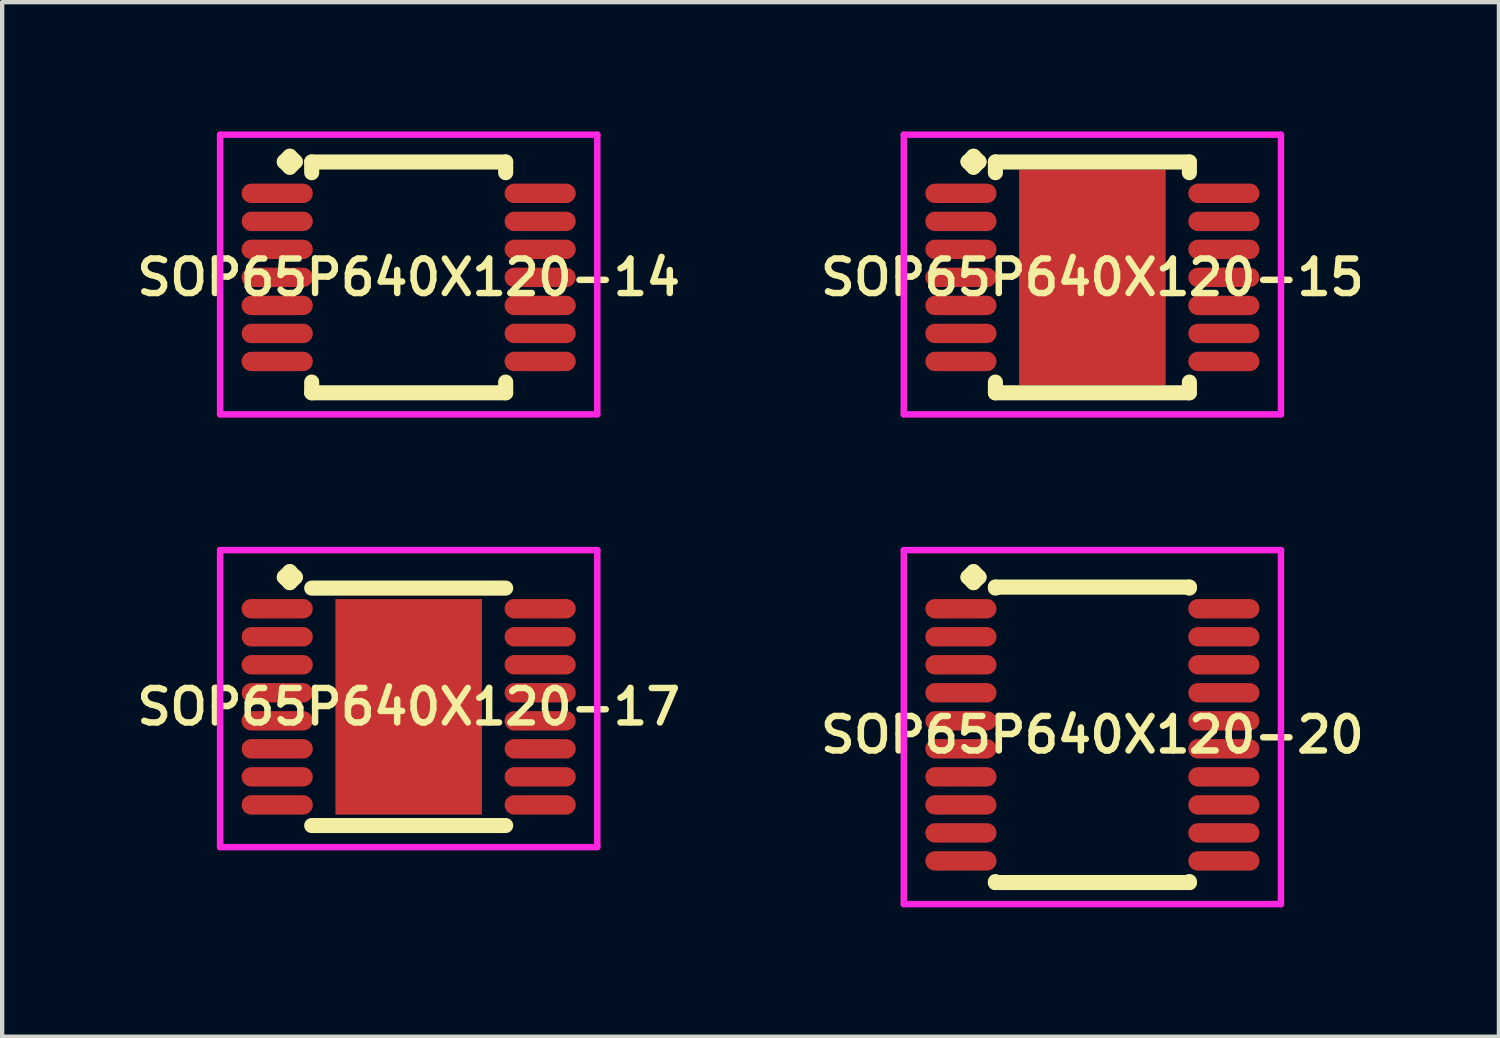
<source format=kicad_pcb>
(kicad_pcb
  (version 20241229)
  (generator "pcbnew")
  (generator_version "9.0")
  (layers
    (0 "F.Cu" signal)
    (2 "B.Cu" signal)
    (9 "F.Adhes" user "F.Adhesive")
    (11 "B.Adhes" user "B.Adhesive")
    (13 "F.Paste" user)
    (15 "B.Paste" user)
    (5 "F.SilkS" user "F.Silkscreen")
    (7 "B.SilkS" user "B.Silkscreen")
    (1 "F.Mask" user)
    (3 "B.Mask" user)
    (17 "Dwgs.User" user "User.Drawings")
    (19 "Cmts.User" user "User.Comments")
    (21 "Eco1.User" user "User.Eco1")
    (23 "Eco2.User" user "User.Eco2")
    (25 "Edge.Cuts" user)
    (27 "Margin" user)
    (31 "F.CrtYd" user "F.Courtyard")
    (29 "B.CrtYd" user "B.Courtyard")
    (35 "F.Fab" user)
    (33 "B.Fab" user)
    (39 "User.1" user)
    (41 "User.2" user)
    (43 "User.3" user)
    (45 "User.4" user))
  (footprint "SOP65P640X120-20"
    (layer "F.Cu")
    (at 22.292 13.997)
    (property "Reference" "SOP65P640X120-20" (at 0 0 0) (layer "F.SilkS") (effects (font (size 0.8 0.8) (thickness 0.15))))
    (attr smd)
    (fp_line (start -2.885 -3.658) (end -2.758 -3.785) (stroke (width 0.35) (type solid)) (layer "F.SilkS"))
    (fp_line (start -2.758 -3.785) (end -2.631 -3.658) (stroke (width 0.35) (type solid)) (layer "F.SilkS"))
    (fp_line (start -2.758 -3.531) (end -2.885 -3.658) (stroke (width 0.35) (type solid)) (layer "F.SilkS"))
    (fp_line (start -2.631 -3.658) (end -2.758 -3.531) (stroke (width 0.35) (type solid)) (layer "F.SilkS"))
    (fp_line (start -2.25 -3.427) (end 2.25 -3.427) (stroke (width 0.35) (type solid)) (layer "F.SilkS"))
    (fp_line (start -2.25 -3.404) (end -2.25 -3.427) (stroke (width 0.35) (type solid)) (layer "F.SilkS"))
    (fp_line (start -2.25 3.404) (end -2.25 3.427) (stroke (width 0.35) (type solid)) (layer "F.SilkS"))
    (fp_line (start -2.25 3.427) (end 2.25 3.427) (stroke (width 0.35) (type solid)) (layer "F.SilkS"))
    (fp_line (start 2.25 -3.427) (end 2.25 -3.404) (stroke (width 0.35) (type solid)) (layer "F.SilkS"))
    (fp_line (start 2.25 3.427) (end 2.25 3.404) (stroke (width 0.35) (type solid)) (layer "F.SilkS"))
    (fp_line (start -4.375 -4.285) (end 4.375 -4.285) (stroke (width 0.15) (type solid)) (layer "F.CrtYd"))
    (fp_line (start -4.375 3.927) (end -4.375 -4.285) (stroke (width 0.15) (type solid)) (layer "F.CrtYd"))
    (fp_line (start 4.375 -4.285) (end 4.375 3.927) (stroke (width 0.15) (type solid)) (layer "F.CrtYd"))
    (fp_line (start 4.375 3.927) (end -4.375 3.927) (stroke (width 0.15) (type solid)) (layer "F.CrtYd"))
    (pad "1" smd oval (at -3.05 -2.925) (size 1.65 0.45) (layers "F.Cu" "F.Mask" "F.Paste"))
    (pad "2" smd oval (at -3.05 -2.275) (size 1.65 0.45) (layers "F.Cu" "F.Mask" "F.Paste"))
    (pad "3" smd oval (at -3.05 -1.625) (size 1.65 0.45) (layers "F.Cu" "F.Mask" "F.Paste"))
    (pad "4" smd oval (at -3.05 -0.975) (size 1.65 0.45) (layers "F.Cu" "F.Mask" "F.Paste"))
    (pad "5" smd oval (at -3.05 -0.325) (size 1.65 0.45) (layers "F.Cu" "F.Mask" "F.Paste"))
    (pad "6" smd oval (at -3.05 0.325) (size 1.65 0.45) (layers "F.Cu" "F.Mask" "F.Paste"))
    (pad "7" smd oval (at -3.05 0.975) (size 1.65 0.45) (layers "F.Cu" "F.Mask" "F.Paste"))
    (pad "8" smd oval (at -3.05 1.625) (size 1.65 0.45) (layers "F.Cu" "F.Mask" "F.Paste"))
    (pad "9" smd oval (at -3.05 2.275) (size 1.65 0.45) (layers "F.Cu" "F.Mask" "F.Paste"))
    (pad "10" smd oval (at -3.05 2.925) (size 1.65 0.45) (layers "F.Cu" "F.Mask" "F.Paste"))
    (pad "11" smd oval (at 3.05 2.925) (size 1.65 0.45) (layers "F.Cu" "F.Mask" "F.Paste"))
    (pad "12" smd oval (at 3.05 2.275) (size 1.65 0.45) (layers "F.Cu" "F.Mask" "F.Paste"))
    (pad "13" smd oval (at 3.05 1.625) (size 1.65 0.45) (layers "F.Cu" "F.Mask" "F.Paste"))
    (pad "14" smd oval (at 3.05 0.975) (size 1.65 0.45) (layers "F.Cu" "F.Mask" "F.Paste"))
    (pad "15" smd oval (at 3.05 0.325) (size 1.65 0.45) (layers "F.Cu" "F.Mask" "F.Paste"))
    (pad "16" smd oval (at 3.05 -0.325) (size 1.65 0.45) (layers "F.Cu" "F.Mask" "F.Paste"))
    (pad "17" smd oval (at 3.05 -0.975) (size 1.65 0.45) (layers "F.Cu" "F.Mask" "F.Paste"))
    (pad "18" smd oval (at 3.05 -1.625) (size 1.65 0.45) (layers "F.Cu" "F.Mask" "F.Paste"))
    (pad "19" smd oval (at 3.05 -2.275) (size 1.65 0.45) (layers "F.Cu" "F.Mask" "F.Paste"))
    (pad "20" smd oval (at 3.05 -2.925) (size 1.65 0.45) (layers "F.Cu" "F.Mask" "F.Paste")))
  (footprint "SOP65P640X120-17"
    (layer "F.Cu")
    (at 6.431 13.347)
    (property "Reference" "SOP65P640X120-17" (at 0 0 0) (layer "F.SilkS") (effects (font (size 0.8 0.8) (thickness 0.15))))
    (attr through_hole)
    (fp_line (start -2.885 -3.008) (end -2.758 -3.135) (stroke (width 0.35) (type solid)) (layer "F.SilkS"))
    (fp_line (start -2.758 -3.135) (end -2.631 -3.008) (stroke (width 0.35) (type solid)) (layer "F.SilkS"))
    (fp_line (start -2.758 -2.881) (end -2.885 -3.008) (stroke (width 0.35) (type solid)) (layer "F.SilkS"))
    (fp_line (start -2.631 -3.008) (end -2.758 -2.881) (stroke (width 0.35) (type solid)) (layer "F.SilkS"))
    (fp_line (start -2.25 -2.754) (end 2.25 -2.754) (stroke (width 0.35) (type solid)) (layer "F.SilkS"))
    (fp_line (start -2.25 2.754) (end 2.25 2.754) (stroke (width 0.35) (type solid)) (layer "F.SilkS"))
    (fp_line (start -4.375 -3.635) (end 4.375 -3.635) (stroke (width 0.15) (type solid)) (layer "F.CrtYd"))
    (fp_line (start -4.375 3.254) (end -4.375 -3.635) (stroke (width 0.15) (type solid)) (layer "F.CrtYd"))
    (fp_line (start 4.375 -3.635) (end 4.375 3.254) (stroke (width 0.15) (type solid)) (layer "F.CrtYd"))
    (fp_line (start 4.375 3.254) (end -4.375 3.254) (stroke (width 0.15) (type solid)) (layer "F.CrtYd"))
    (pad "1" smd oval (at -3.05 -2.275) (size 1.65 0.45) (layers "F.Cu" "F.Mask" "F.Paste"))
    (pad "2" smd oval (at -3.05 -1.625) (size 1.65 0.45) (layers "F.Cu" "F.Mask" "F.Paste"))
    (pad "3" smd oval (at -3.05 -0.975) (size 1.65 0.45) (layers "F.Cu" "F.Mask" "F.Paste"))
    (pad "4" smd oval (at -3.05 -0.325) (size 1.65 0.45) (layers "F.Cu" "F.Mask" "F.Paste"))
    (pad "5" smd oval (at -3.05 0.325) (size 1.65 0.45) (layers "F.Cu" "F.Mask" "F.Paste"))
    (pad "6" smd oval (at -3.05 0.975) (size 1.65 0.45) (layers "F.Cu" "F.Mask" "F.Paste"))
    (pad "7" smd oval (at -3.05 1.625) (size 1.65 0.45) (layers "F.Cu" "F.Mask" "F.Paste"))
    (pad "8" smd oval (at -3.05 2.275) (size 1.65 0.45) (layers "F.Cu" "F.Mask" "F.Paste"))
    (pad "9" smd oval (at 3.05 2.275) (size 1.65 0.45) (layers "F.Cu" "F.Mask" "F.Paste"))
    (pad "10" smd oval (at 3.05 1.625) (size 1.65 0.45) (layers "F.Cu" "F.Mask" "F.Paste"))
    (pad "11" smd oval (at 3.05 0.975) (size 1.65 0.45) (layers "F.Cu" "F.Mask" "F.Paste"))
    (pad "12" smd oval (at 3.05 0.325) (size 1.65 0.45) (layers "F.Cu" "F.Mask" "F.Paste"))
    (pad "13" smd oval (at 3.05 -0.325) (size 1.65 0.45) (layers "F.Cu" "F.Mask" "F.Paste"))
    (pad "14" smd oval (at 3.05 -0.975) (size 1.65 0.45) (layers "F.Cu" "F.Mask" "F.Paste"))
    (pad "15" smd oval (at 3.05 -1.625) (size 1.65 0.45) (layers "F.Cu" "F.Mask" "F.Paste"))
    (pad "16" smd oval (at 3.05 -2.275) (size 1.65 0.45) (layers "F.Cu" "F.Mask" "F.Paste"))
    (pad "17" smd rect (at 0 0) (size 3.4 5) (layers "F.Cu" "F.Mask" "F.Paste")))
  (footprint "SOP65P640X120-15"
    (layer "F.Cu")
    (at 22.292 3.385)
    (property "Reference" "SOP65P640X120-15" (at 0 0 0) (layer "F.SilkS") (effects (font (size 0.8 0.8) (thickness 0.15))))
    (attr smd)
    (fp_line (start -2.885 -2.683) (end -2.758 -2.81) (stroke (width 0.35) (type solid)) (layer "F.SilkS"))
    (fp_line (start -2.758 -2.81) (end -2.631 -2.683) (stroke (width 0.35) (type solid)) (layer "F.SilkS"))
    (fp_line (start -2.758 -2.556) (end -2.885 -2.683) (stroke (width 0.35) (type solid)) (layer "F.SilkS"))
    (fp_line (start -2.631 -2.683) (end -2.758 -2.556) (stroke (width 0.35) (type solid)) (layer "F.SilkS"))
    (fp_line (start -2.25 -2.677) (end 2.25 -2.677) (stroke (width 0.35) (type solid)) (layer "F.SilkS"))
    (fp_line (start -2.25 -2.429) (end -2.25 -2.677) (stroke (width 0.35) (type solid)) (layer "F.SilkS"))
    (fp_line (start -2.25 2.429) (end -2.25 2.677) (stroke (width 0.35) (type solid)) (layer "F.SilkS"))
    (fp_line (start -2.25 2.677) (end 2.25 2.677) (stroke (width 0.35) (type solid)) (layer "F.SilkS"))
    (fp_line (start 2.25 -2.677) (end 2.25 -2.429) (stroke (width 0.35) (type solid)) (layer "F.SilkS"))
    (fp_line (start 2.25 2.677) (end 2.25 2.429) (stroke (width 0.35) (type solid)) (layer "F.SilkS"))
    (fp_line (start -4.375 -3.31) (end 4.375 -3.31) (stroke (width 0.15) (type solid)) (layer "F.CrtYd"))
    (fp_line (start -4.375 3.177) (end -4.375 -3.31) (stroke (width 0.15) (type solid)) (layer "F.CrtYd"))
    (fp_line (start 4.375 -3.31) (end 4.375 3.177) (stroke (width 0.15) (type solid)) (layer "F.CrtYd"))
    (fp_line (start 4.375 3.177) (end -4.375 3.177) (stroke (width 0.15) (type solid)) (layer "F.CrtYd"))
    (pad "1" smd oval (at -3.05 -1.95) (size 1.65 0.45) (layers "F.Cu" "F.Mask" "F.Paste"))
    (pad "2" smd oval (at -3.05 -1.3) (size 1.65 0.45) (layers "F.Cu" "F.Mask" "F.Paste"))
    (pad "3" smd oval (at -3.05 -0.65) (size 1.65 0.45) (layers "F.Cu" "F.Mask" "F.Paste"))
    (pad "4" smd oval (at -3.05 0) (size 1.65 0.45) (layers "F.Cu" "F.Mask" "F.Paste"))
    (pad "5" smd oval (at -3.05 0.65) (size 1.65 0.45) (layers "F.Cu" "F.Mask" "F.Paste"))
    (pad "6" smd oval (at -3.05 1.3) (size 1.65 0.45) (layers "F.Cu" "F.Mask" "F.Paste"))
    (pad "7" smd oval (at -3.05 1.95) (size 1.65 0.45) (layers "F.Cu" "F.Mask" "F.Paste"))
    (pad "8" smd oval (at 3.05 1.95) (size 1.65 0.45) (layers "F.Cu" "F.Mask" "F.Paste"))
    (pad "9" smd oval (at 3.05 1.3) (size 1.65 0.45) (layers "F.Cu" "F.Mask" "F.Paste"))
    (pad "10" smd oval (at 3.05 0.65) (size 1.65 0.45) (layers "F.Cu" "F.Mask" "F.Paste"))
    (pad "11" smd oval (at 3.05 0) (size 1.65 0.45) (layers "F.Cu" "F.Mask" "F.Paste"))
    (pad "12" smd oval (at 3.05 -0.65) (size 1.65 0.45) (layers "F.Cu" "F.Mask" "F.Paste"))
    (pad "13" smd oval (at 3.05 -1.3) (size 1.65 0.45) (layers "F.Cu" "F.Mask" "F.Paste"))
    (pad "14" smd oval (at 3.05 -1.95) (size 1.65 0.45) (layers "F.Cu" "F.Mask" "F.Paste"))
    (pad "15" smd rect (at 0 0) (size 3.4 5) (layers "F.Cu" "F.Mask" "F.Paste")))
  (footprint "SOP65P640X120-14"
    (layer "F.Cu")
    (at 6.431 3.385)
    (property "Reference" "SOP65P640X120-14" (at 0 0 0) (layer "F.SilkS") (effects (font (size 0.8 0.8) (thickness 0.15))))
    (attr smd)
    (fp_line (start -2.885 -2.683) (end -2.758 -2.81) (stroke (width 0.35) (type solid)) (layer "F.SilkS"))
    (fp_line (start -2.758 -2.81) (end -2.631 -2.683) (stroke (width 0.35) (type solid)) (layer "F.SilkS"))
    (fp_line (start -2.758 -2.556) (end -2.885 -2.683) (stroke (width 0.35) (type solid)) (layer "F.SilkS"))
    (fp_line (start -2.631 -2.683) (end -2.758 -2.556) (stroke (width 0.35) (type solid)) (layer "F.SilkS"))
    (fp_line (start -2.25 -2.677) (end 2.25 -2.677) (stroke (width 0.35) (type solid)) (layer "F.SilkS"))
    (fp_line (start -2.25 -2.429) (end -2.25 -2.677) (stroke (width 0.35) (type solid)) (layer "F.SilkS"))
    (fp_line (start -2.25 2.429) (end -2.25 2.677) (stroke (width 0.35) (type solid)) (layer "F.SilkS"))
    (fp_line (start -2.25 2.677) (end 2.25 2.677) (stroke (width 0.35) (type solid)) (layer "F.SilkS"))
    (fp_line (start 2.25 -2.677) (end 2.25 -2.429) (stroke (width 0.35) (type solid)) (layer "F.SilkS"))
    (fp_line (start 2.25 2.677) (end 2.25 2.429) (stroke (width 0.35) (type solid)) (layer "F.SilkS"))
    (fp_line (start -4.375 -3.31) (end 4.375 -3.31) (stroke (width 0.15) (type solid)) (layer "F.CrtYd"))
    (fp_line (start -4.375 3.177) (end -4.375 -3.31) (stroke (width 0.15) (type solid)) (layer "F.CrtYd"))
    (fp_line (start 4.375 -3.31) (end 4.375 3.177) (stroke (width 0.15) (type solid)) (layer "F.CrtYd"))
    (fp_line (start 4.375 3.177) (end -4.375 3.177) (stroke (width 0.15) (type solid)) (layer "F.CrtYd"))
    (pad "1" smd oval (at -3.05 -1.95) (size 1.65 0.45) (layers "F.Cu" "F.Mask" "F.Paste"))
    (pad "2" smd oval (at -3.05 -1.3) (size 1.65 0.45) (layers "F.Cu" "F.Mask" "F.Paste"))
    (pad "3" smd oval (at -3.05 -0.65) (size 1.65 0.45) (layers "F.Cu" "F.Mask" "F.Paste"))
    (pad "4" smd oval (at -3.05 0) (size 1.65 0.45) (layers "F.Cu" "F.Mask" "F.Paste"))
    (pad "5" smd oval (at -3.05 0.65) (size 1.65 0.45) (layers "F.Cu" "F.Mask" "F.Paste"))
    (pad "6" smd oval (at -3.05 1.3) (size 1.65 0.45) (layers "F.Cu" "F.Mask" "F.Paste"))
    (pad "7" smd oval (at -3.05 1.95) (size 1.65 0.45) (layers "F.Cu" "F.Mask" "F.Paste"))
    (pad "8" smd oval (at 3.05 1.95) (size 1.65 0.45) (layers "F.Cu" "F.Mask" "F.Paste"))
    (pad "9" smd oval (at 3.05 1.3) (size 1.65 0.45) (layers "F.Cu" "F.Mask" "F.Paste"))
    (pad "10" smd oval (at 3.05 0.65) (size 1.65 0.45) (layers "F.Cu" "F.Mask" "F.Paste"))
    (pad "11" smd oval (at 3.05 0) (size 1.65 0.45) (layers "F.Cu" "F.Mask" "F.Paste"))
    (pad "12" smd oval (at 3.05 -0.65) (size 1.65 0.45) (layers "F.Cu" "F.Mask" "F.Paste"))
    (pad "13" smd oval (at 3.05 -1.3) (size 1.65 0.45) (layers "F.Cu" "F.Mask" "F.Paste"))
    (pad "14" smd oval (at 3.05 -1.95) (size 1.65 0.45) (layers "F.Cu" "F.Mask" "F.Paste")))
  (gr_rect
    (start -3 -3)
    (end 31.723 20.999)
    (stroke (width 0.1) (type default))
    (fill no)
    (layer "Edge.Cuts")))
</source>
